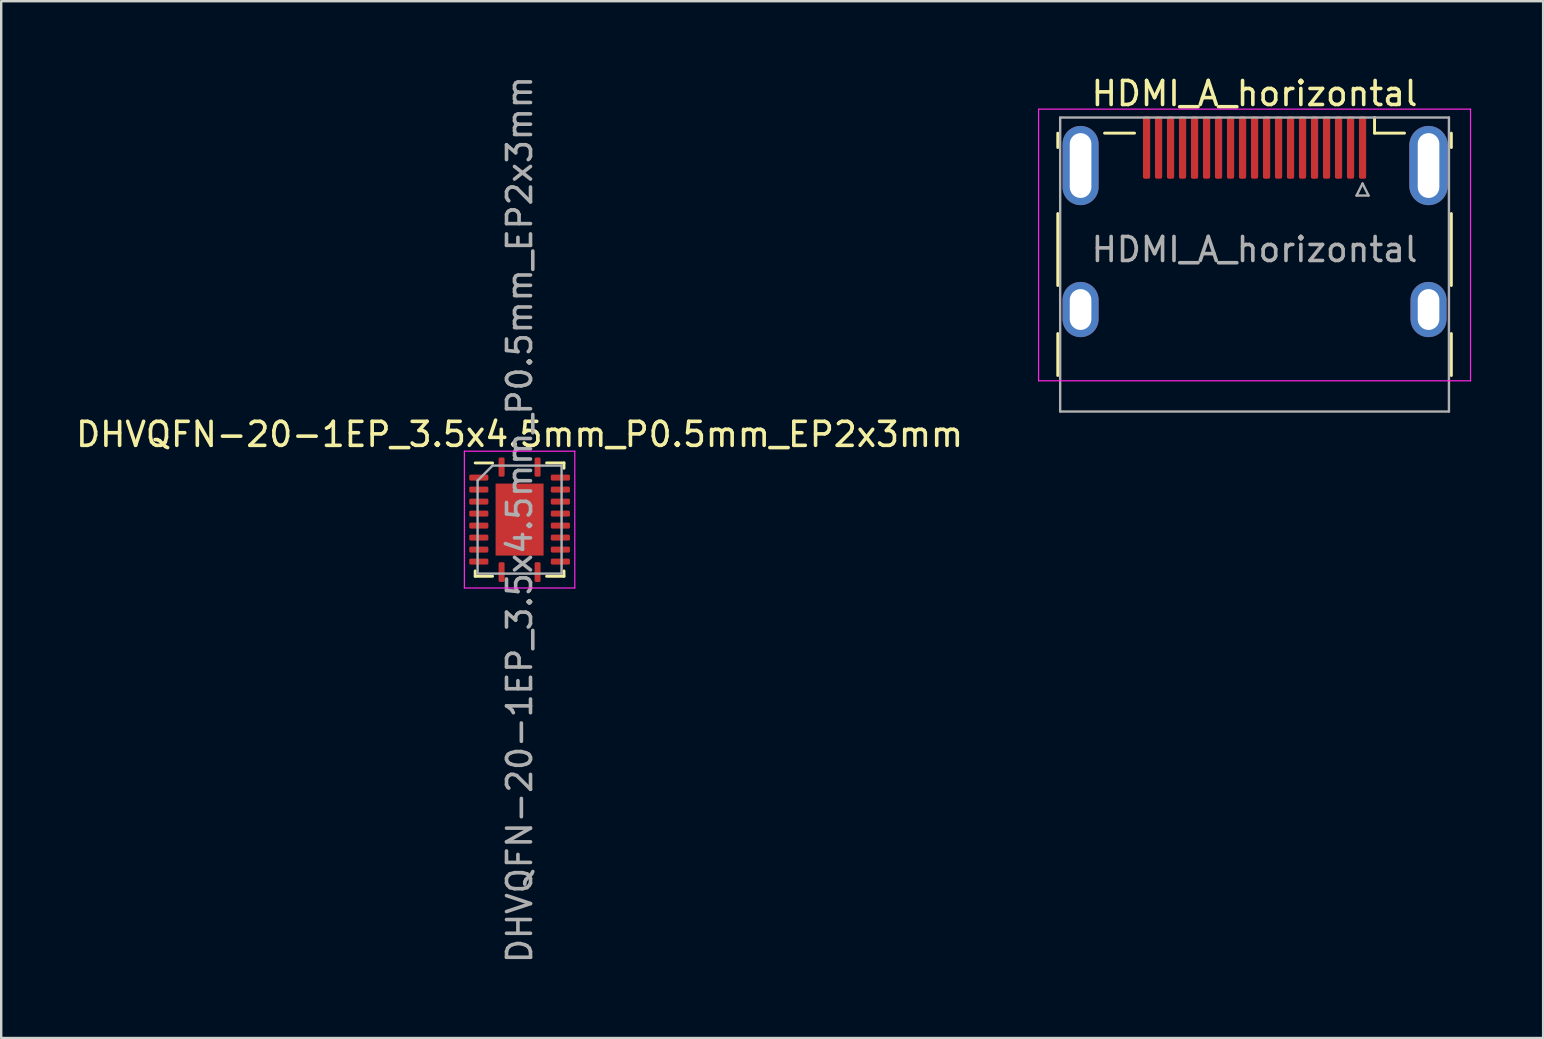
<source format=kicad_pcb>
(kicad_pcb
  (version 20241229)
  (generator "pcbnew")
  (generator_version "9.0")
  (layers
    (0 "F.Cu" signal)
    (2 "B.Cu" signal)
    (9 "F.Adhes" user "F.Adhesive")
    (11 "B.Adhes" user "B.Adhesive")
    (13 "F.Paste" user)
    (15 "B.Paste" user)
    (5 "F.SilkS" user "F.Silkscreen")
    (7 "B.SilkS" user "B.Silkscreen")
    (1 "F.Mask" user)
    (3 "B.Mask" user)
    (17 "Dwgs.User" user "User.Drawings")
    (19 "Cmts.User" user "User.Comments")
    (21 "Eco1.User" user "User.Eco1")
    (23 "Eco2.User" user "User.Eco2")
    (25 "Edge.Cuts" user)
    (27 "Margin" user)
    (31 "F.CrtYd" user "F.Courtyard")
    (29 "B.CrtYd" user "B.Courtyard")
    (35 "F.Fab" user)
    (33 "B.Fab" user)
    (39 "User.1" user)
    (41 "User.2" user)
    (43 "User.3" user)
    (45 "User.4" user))
  (footprint "HDMI_A_horizontal"
    (layer "F.Cu")
    (at 49.227 7.348)
    (property "Reference" "HDMI_A_horizontal" (at 0 -6.5 0) (unlocked yes) (layer "F.SilkS") (effects (font (size 1 1) (thickness 0.15))))
    (attr smd)
    (fp_line (start -8.2 -4.85) (end -8.2 -4.25) (stroke (width 0.12) (type solid)) (layer "F.SilkS"))
    (fp_line (start -8.2 1.5) (end -8.2 -1.5) (stroke (width 0.12) (type solid)) (layer "F.SilkS"))
    (fp_line (start -8.2 3.5) (end -8.2 5.25) (stroke (width 0.12) (type solid)) (layer "F.SilkS"))
    (fp_line (start -6.25 -4.85) (end -5 -4.85) (stroke (width 0.12) (type solid)) (layer "F.SilkS"))
    (fp_line (start 5 -4.85) (end 5 -5.5) (stroke (width 0.12) (type solid)) (layer "F.SilkS"))
    (fp_line (start 6.25 -4.85) (end 5 -4.85) (stroke (width 0.12) (type solid)) (layer "F.SilkS"))
    (fp_line (start 8.2 -4.85) (end 8.2 -4.25) (stroke (width 0.12) (type solid)) (layer "F.SilkS"))
    (fp_line (start 8.2 1.5) (end 8.2 -1.5) (stroke (width 0.12) (type solid)) (layer "F.SilkS"))
    (fp_line (start 8.2 5.25) (end 8.2 3.5) (stroke (width 0.12) (type solid)) (layer "F.SilkS"))
    (fp_line (start -9 -5.85) (end 9 -5.85) (stroke (width 0.05) (type solid)) (layer "F.CrtYd"))
    (fp_line (start -9 5.47) (end -9 -5.85) (stroke (width 0.05) (type solid)) (layer "F.CrtYd"))
    (fp_line (start 9 -5.85) (end 9 5.47) (stroke (width 0.05) (type solid)) (layer "F.CrtYd"))
    (fp_line (start 9 5.47) (end -9 5.47) (stroke (width 0.05) (type solid)) (layer "F.CrtYd"))
    (fp_line (start -8.1 -5.5) (end 8.1 -5.5) (stroke (width 0.1) (type solid)) (layer "F.Fab"))
    (fp_line (start -8.1 6.75) (end -8.1 -5.5) (stroke (width 0.1) (type solid)) (layer "F.Fab"))
    (fp_line (start 4.25 -2.25) (end 4.75 -2.25) (stroke (width 0.1) (type solid)) (layer "F.Fab"))
    (fp_line (start 4.5 -2.75) (end 4.25 -2.25) (stroke (width 0.1) (type solid)) (layer "F.Fab"))
    (fp_line (start 4.75 -2.25) (end 4.5 -2.75) (stroke (width 0.1) (type solid)) (layer "F.Fab"))
    (fp_line (start 8.1 -5.5) (end 8.1 6.75) (stroke (width 0.1) (type solid)) (layer "F.Fab"))
    (fp_line (start 8.1 6.75) (end -8.1 6.75) (stroke (width 0.1) (type solid)) (layer "F.Fab"))
    (fp_text user "${REFERENCE}" (at 0 0 0) (layer "F.Fab") (effects (font (size 1 1) (thickness 0.15))))
    (pad "1" smd roundrect (at 4.5 -4.25) (size 0.3 2.6) (layers "F.Cu" "F.Mask" "F.Paste") (roundrect_rratio 0.25))
    (pad "2" smd roundrect (at 4 -4.25) (size 0.3 2.6) (layers "F.Cu" "F.Mask" "F.Paste") (roundrect_rratio 0.25))
    (pad "3" smd roundrect (at 3.5 -4.25) (size 0.3 2.6) (layers "F.Cu" "F.Mask" "F.Paste") (roundrect_rratio 0.25))
    (pad "4" smd roundrect (at 3 -4.25) (size 0.3 2.6) (layers "F.Cu" "F.Mask" "F.Paste") (roundrect_rratio 0.25))
    (pad "5" smd roundrect (at 2.5 -4.25) (size 0.3 2.6) (layers "F.Cu" "F.Mask" "F.Paste") (roundrect_rratio 0.25))
    (pad "6" smd roundrect (at 2 -4.25) (size 0.3 2.6) (layers "F.Cu" "F.Mask" "F.Paste") (roundrect_rratio 0.25))
    (pad "7" smd roundrect (at 1.5 -4.25) (size 0.3 2.6) (layers "F.Cu" "F.Mask" "F.Paste") (roundrect_rratio 0.25))
    (pad "8" smd roundrect (at 1 -4.25) (size 0.3 2.6) (layers "F.Cu" "F.Mask" "F.Paste") (roundrect_rratio 0.25))
    (pad "9" smd roundrect (at 0.5 -4.25) (size 0.3 2.6) (layers "F.Cu" "F.Mask" "F.Paste") (roundrect_rratio 0.25))
    (pad "10" smd roundrect (at 0 -4.25) (size 0.3 2.6) (layers "F.Cu" "F.Mask" "F.Paste") (roundrect_rratio 0.25))
    (pad "11" smd roundrect (at -0.5 -4.25) (size 0.3 2.6) (layers "F.Cu" "F.Mask" "F.Paste") (roundrect_rratio 0.25))
    (pad "12" smd roundrect (at -1 -4.25) (size 0.3 2.6) (layers "F.Cu" "F.Mask" "F.Paste") (roundrect_rratio 0.25))
    (pad "13" smd roundrect (at -1.5 -4.25) (size 0.3 2.6) (layers "F.Cu" "F.Mask" "F.Paste") (roundrect_rratio 0.25))
    (pad "14" smd roundrect (at -2 -4.25) (size 0.3 2.6) (layers "F.Cu" "F.Mask" "F.Paste") (roundrect_rratio 0.25))
    (pad "15" smd roundrect (at -2.5 -4.25) (size 0.3 2.6) (layers "F.Cu" "F.Mask" "F.Paste") (roundrect_rratio 0.25))
    (pad "16" smd roundrect (at -3 -4.25) (size 0.3 2.6) (layers "F.Cu" "F.Mask" "F.Paste") (roundrect_rratio 0.25))
    (pad "17" smd roundrect (at -3.5 -4.25) (size 0.3 2.6) (layers "F.Cu" "F.Mask" "F.Paste") (roundrect_rratio 0.25))
    (pad "18" smd roundrect (at -4 -4.25) (size 0.3 2.6) (layers "F.Cu" "F.Mask" "F.Paste") (roundrect_rratio 0.25))
    (pad "19" smd roundrect (at -4.5 -4.25) (size 0.3 2.6) (layers "F.Cu" "F.Mask" "F.Paste") (roundrect_rratio 0.25))
    (pad "SH" thru_hole oval (at -7.25 -3.5) (size 1.5 3.3) (drill oval 0.9 2.7) (layers "*.Cu" "*.Mask"))
    (pad "SH" thru_hole oval (at -7.25 2.5) (size 1.5 2.3) (drill oval 0.9 1.7) (layers "*.Cu" "*.Mask"))
    (pad "SH" thru_hole oval (at 7.25 -3.5) (size 1.6 3.3) (drill oval 0.9 2.7) (layers "*.Cu" "*.Mask"))
    (pad "SH" thru_hole oval (at 7.25 2.5) (size 1.5 2.3) (drill oval 0.9 1.7) (layers "*.Cu" "*.Mask")))
  (footprint "DHVQFN-20-1EP_3.5x4.5mm_P0.5mm_EP2x3mm"
    (layer "F.Cu")
    (at 18.601 18.601)
    (property "Reference" "DHVQFN-20-1EP_3.5x4.5mm_P0.5mm_EP2x3mm" (at 0 -3.55 0) (layer "F.SilkS") (effects (font (size 1 1) (thickness 0.15))))
    (attr smd)
    (fp_line (start -1.85 2.362) (end -1.85 2.138) (stroke (width 0.12) (type solid)) (layer "F.SilkS"))
    (fp_line (start -1.125 -2.36) (end -1.85 -2.36) (stroke (width 0.12) (type solid)) (layer "F.SilkS"))
    (fp_line (start -1.125 2.362) (end -1.85 2.362) (stroke (width 0.12) (type solid)) (layer "F.SilkS"))
    (fp_line (start 1.125 -2.362) (end 1.85 -2.362) (stroke (width 0.12) (type solid)) (layer "F.SilkS"))
    (fp_line (start 1.125 2.362) (end 1.85 2.362) (stroke (width 0.12) (type solid)) (layer "F.SilkS"))
    (fp_line (start 1.85 -2.362) (end 1.85 -2.138) (stroke (width 0.12) (type solid)) (layer "F.SilkS"))
    (fp_line (start 1.85 2.362) (end 1.85 2.138) (stroke (width 0.12) (type solid)) (layer "F.SilkS"))
    (fp_line (start -2.3 -2.85) (end -2.3 2.85) (stroke (width 0.05) (type solid)) (layer "F.CrtYd"))
    (fp_line (start -2.3 2.85) (end 2.3 2.85) (stroke (width 0.05) (type solid)) (layer "F.CrtYd"))
    (fp_line (start 2.3 -2.85) (end -2.3 -2.85) (stroke (width 0.05) (type solid)) (layer "F.CrtYd"))
    (fp_line (start 2.3 2.85) (end 2.3 -2.85) (stroke (width 0.05) (type solid)) (layer "F.CrtYd"))
    (fp_line (start -1.75 -1.625) (end -1.125 -2.25) (stroke (width 0.1) (type solid)) (layer "F.Fab"))
    (fp_line (start -1.75 2.25) (end -1.75 -1.625) (stroke (width 0.1) (type solid)) (layer "F.Fab"))
    (fp_line (start -1.125 -2.25) (end 1.75 -2.25) (stroke (width 0.1) (type solid)) (layer "F.Fab"))
    (fp_line (start 1.75 -2.25) (end 1.75 2.25) (stroke (width 0.1) (type solid)) (layer "F.Fab"))
    (fp_line (start 1.75 2.25) (end -1.75 2.25) (stroke (width 0.1) (type solid)) (layer "F.Fab"))
    (fp_text user "${REFERENCE}" (at 0 0 90) (layer "F.Fab") (effects (font (size 1 1) (thickness 0.15))))
    (pad "" smd roundrect (at -0.5 -0.75) (size 0.81 1.21) (layers "F.Paste") (roundrect_rratio 0.25))
    (pad "" smd roundrect (at -0.5 0.75) (size 0.81 1.21) (layers "F.Paste") (roundrect_rratio 0.25))
    (pad "" smd roundrect (at 0.5 -0.75) (size 0.81 1.21) (layers "F.Paste") (roundrect_rratio 0.25))
    (pad "" smd roundrect (at 0.5 0.75) (size 0.81 1.21) (layers "F.Paste") (roundrect_rratio 0.25))
    (pad "1" smd roundrect (at -0.75 -2.188) (size 0.25 0.8) (layers "F.Cu" "F.Mask" "F.Paste") (roundrect_rratio 0.25))
    (pad "2" smd roundrect (at -1.7 -1.75) (size 0.8 0.25) (layers "F.Cu" "F.Mask" "F.Paste") (roundrect_rratio 0.25))
    (pad "3" smd roundrect (at -1.7 -1.25) (size 0.8 0.25) (layers "F.Cu" "F.Mask" "F.Paste") (roundrect_rratio 0.25))
    (pad "4" smd roundrect (at -1.7 -0.75) (size 0.8 0.25) (layers "F.Cu" "F.Mask" "F.Paste") (roundrect_rratio 0.25))
    (pad "5" smd roundrect (at -1.7 -0.25) (size 0.8 0.25) (layers "F.Cu" "F.Mask" "F.Paste") (roundrect_rratio 0.25))
    (pad "6" smd roundrect (at -1.7 0.25) (size 0.8 0.25) (layers "F.Cu" "F.Mask" "F.Paste") (roundrect_rratio 0.25))
    (pad "7" smd roundrect (at -1.7 0.75) (size 0.8 0.25) (layers "F.Cu" "F.Mask" "F.Paste") (roundrect_rratio 0.25))
    (pad "8" smd roundrect (at -1.7 1.25) (size 0.8 0.25) (layers "F.Cu" "F.Mask" "F.Paste") (roundrect_rratio 0.25))
    (pad "9" smd roundrect (at -1.7 1.75) (size 0.8 0.25) (layers "F.Cu" "F.Mask" "F.Paste") (roundrect_rratio 0.25))
    (pad "10" smd roundrect (at -0.75 2.188) (size 0.25 0.825) (layers "F.Cu" "F.Mask" "F.Paste") (roundrect_rratio 0.25))
    (pad "11" smd roundrect (at 0.75 2.188) (size 0.25 0.825) (layers "F.Cu" "F.Mask" "F.Paste") (roundrect_rratio 0.25))
    (pad "12" smd roundrect (at 1.7 1.75) (size 0.8 0.25) (layers "F.Cu" "F.Mask" "F.Paste") (roundrect_rratio 0.25))
    (pad "13" smd roundrect (at 1.7 1.25) (size 0.8 0.25) (layers "F.Cu" "F.Mask" "F.Paste") (roundrect_rratio 0.25))
    (pad "14" smd roundrect (at 1.7 0.75) (size 0.8 0.25) (layers "F.Cu" "F.Mask" "F.Paste") (roundrect_rratio 0.25))
    (pad "15" smd roundrect (at 1.7 0.25) (size 0.8 0.25) (layers "F.Cu" "F.Mask" "F.Paste") (roundrect_rratio 0.25))
    (pad "16" smd roundrect (at 1.7 -0.25) (size 0.8 0.25) (layers "F.Cu" "F.Mask" "F.Paste") (roundrect_rratio 0.25))
    (pad "17" smd roundrect (at 1.7 -0.75) (size 0.8 0.25) (layers "F.Cu" "F.Mask" "F.Paste") (roundrect_rratio 0.25))
    (pad "18" smd roundrect (at 1.7 -1.25) (size 0.8 0.25) (layers "F.Cu" "F.Mask" "F.Paste") (roundrect_rratio 0.25))
    (pad "19" smd roundrect (at 1.7 -1.75) (size 0.8 0.25) (layers "F.Cu" "F.Mask" "F.Paste") (roundrect_rratio 0.25))
    (pad "20" smd roundrect (at 0.75 -2.188) (size 0.25 0.8) (layers "F.Cu" "F.Mask" "F.Paste") (roundrect_rratio 0.25))
    (pad "21" smd rect (at 0 0) (size 2 3) (layers "F.Cu" "F.Mask")))
  (gr_rect
    (start -3 -3)
    (end 61.252 40.202)
    (stroke (width 0.1) (type default))
    (fill no)
    (layer "Edge.Cuts")))
</source>
